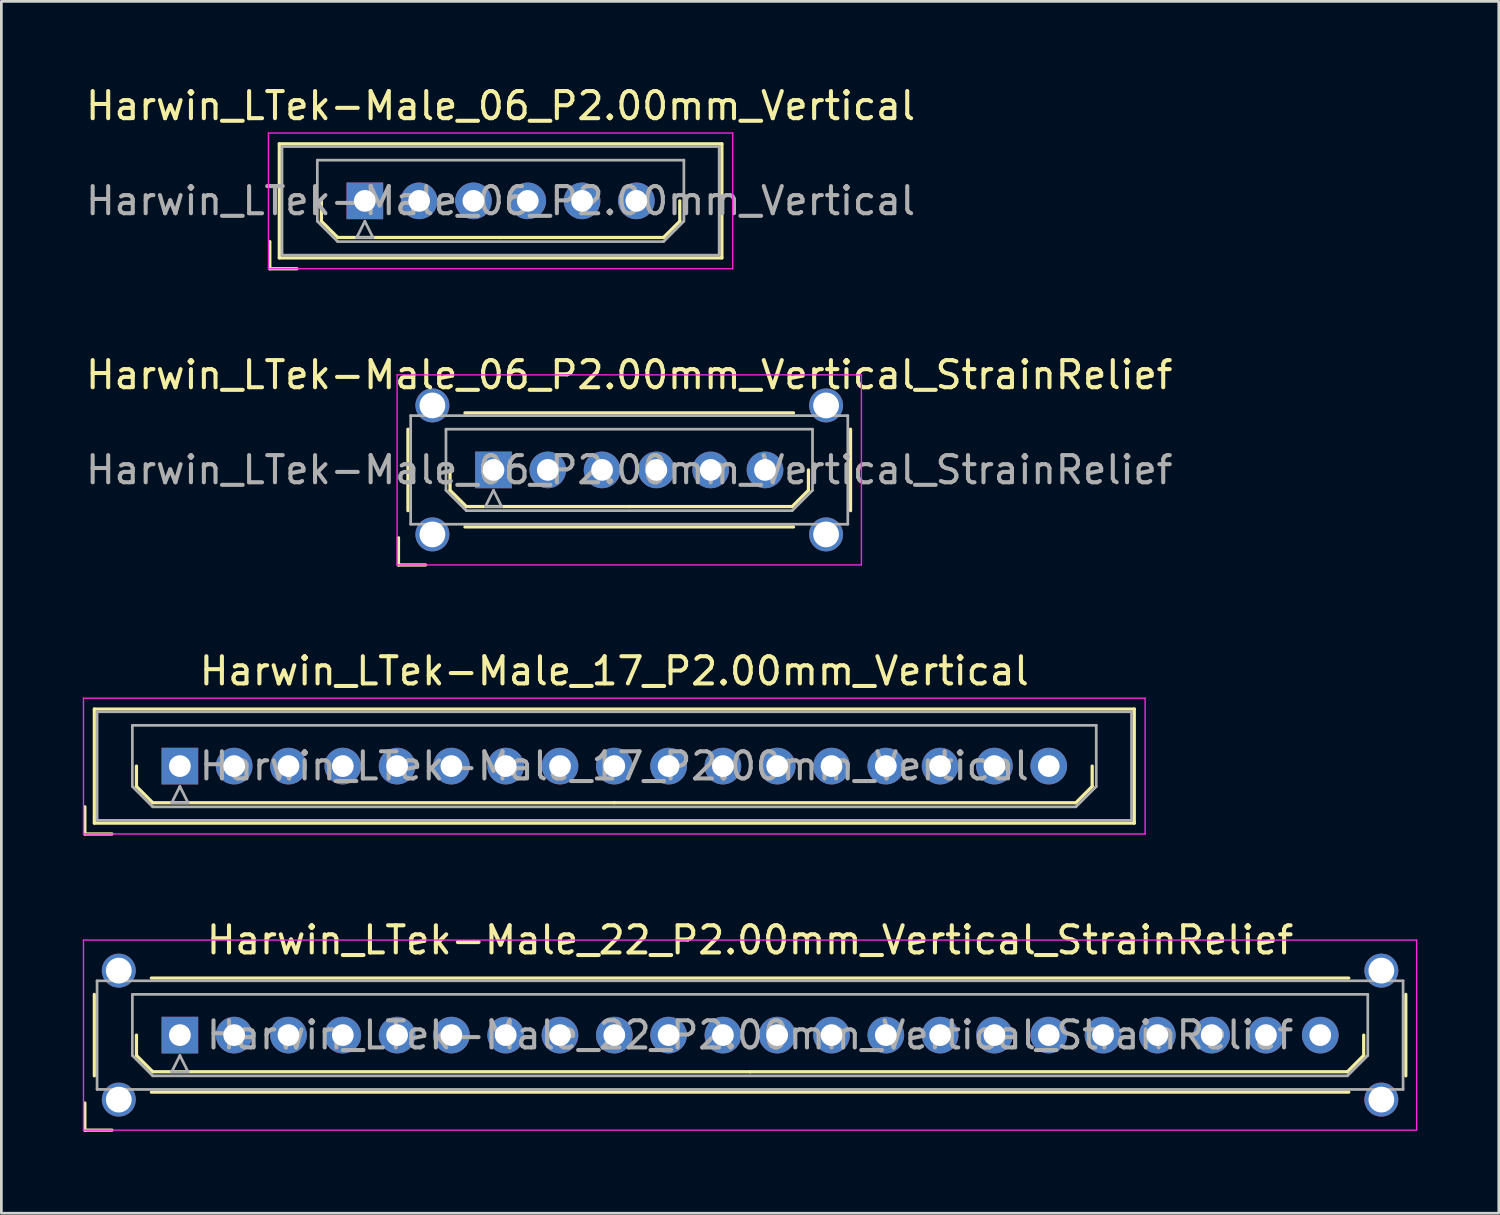
<source format=kicad_pcb>
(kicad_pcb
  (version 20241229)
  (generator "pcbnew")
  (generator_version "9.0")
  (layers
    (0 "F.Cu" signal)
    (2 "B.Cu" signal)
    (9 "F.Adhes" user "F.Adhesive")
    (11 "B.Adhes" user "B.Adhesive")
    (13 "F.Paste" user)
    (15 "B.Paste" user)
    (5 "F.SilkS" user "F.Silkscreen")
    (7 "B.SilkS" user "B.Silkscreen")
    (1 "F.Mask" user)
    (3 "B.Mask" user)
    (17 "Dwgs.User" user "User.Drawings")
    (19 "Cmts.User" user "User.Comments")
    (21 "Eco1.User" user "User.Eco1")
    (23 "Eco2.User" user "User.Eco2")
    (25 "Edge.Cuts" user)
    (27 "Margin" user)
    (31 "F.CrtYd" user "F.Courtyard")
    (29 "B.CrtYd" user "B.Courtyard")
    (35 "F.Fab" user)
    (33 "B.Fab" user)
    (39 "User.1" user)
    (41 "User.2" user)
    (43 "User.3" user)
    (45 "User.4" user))
  (footprint "Harwin_LTek-Male_22_P2.00mm_Vertical_StrainRelief"
    (layer "F.Cu")
    (at 3.575 35.073)
    (property "Reference" "Harwin_LTek-Male_22_P2.00mm_Vertical_StrainRelief" (at 21 -3.5 0) (layer "F.SilkS") (effects (font (size 1 1) (thickness 0.15))))
    (attr through_hole)
    (fp_line (start -3.5 2.5) (end -3.5 3.5) (stroke (width 0.12) (type solid)) (layer "F.SilkS"))
    (fp_line (start -3.5 3.5) (end -2.5 3.5) (stroke (width 0.12) (type solid)) (layer "F.SilkS"))
    (fp_line (start -3.15 -1.5) (end -3.15 1.5) (stroke (width 0.12) (type solid)) (layer "F.SilkS"))
    (fp_line (start -1.6 0) (end -1.6 0.75) (stroke (width 0.12) (type solid)) (layer "F.SilkS"))
    (fp_line (start -1.6 0.75) (end -1 1.35) (stroke (width 0.12) (type solid)) (layer "F.SilkS"))
    (fp_line (start -1.05 -2.1) (end 43.05 -2.1) (stroke (width 0.12) (type solid)) (layer "F.SilkS"))
    (fp_line (start -1.05 2.1) (end 43.05 2.1) (stroke (width 0.12) (type solid)) (layer "F.SilkS"))
    (fp_line (start -1 1.35) (end 21 1.35) (stroke (width 0.12) (type solid)) (layer "F.SilkS"))
    (fp_line (start 43 1.35) (end 21 1.35) (stroke (width 0.12) (type solid)) (layer "F.SilkS"))
    (fp_line (start 43.6 0) (end 43.6 0.75) (stroke (width 0.12) (type solid)) (layer "F.SilkS"))
    (fp_line (start 43.6 0.75) (end 43 1.35) (stroke (width 0.12) (type solid)) (layer "F.SilkS"))
    (fp_line (start 45.15 -1.5) (end 45.15 1.5) (stroke (width 0.12) (type solid)) (layer "F.SilkS"))
    (fp_line (start -3.55 -3.5) (end -3.55 3.5) (stroke (width 0.05) (type solid)) (layer "F.CrtYd"))
    (fp_line (start -3.55 3.5) (end 45.55 3.5) (stroke (width 0.05) (type solid)) (layer "F.CrtYd"))
    (fp_line (start 45.55 -3.5) (end -3.55 -3.5) (stroke (width 0.05) (type solid)) (layer "F.CrtYd"))
    (fp_line (start 45.55 3.5) (end 45.55 -3.5) (stroke (width 0.05) (type solid)) (layer "F.CrtYd"))
    (fp_line (start -3.05 -2) (end -3.05 2) (stroke (width 0.1) (type solid)) (layer "F.Fab"))
    (fp_line (start -3.05 2) (end 45.05 2) (stroke (width 0.1) (type solid)) (layer "F.Fab"))
    (fp_line (start -1.75 -1.5) (end 43.75 -1.5) (stroke (width 0.1) (type solid)) (layer "F.Fab"))
    (fp_line (start -1.75 0.75) (end -1.75 -1.5) (stroke (width 0.1) (type solid)) (layer "F.Fab"))
    (fp_line (start -1 1.5) (end -1.75 0.75) (stroke (width 0.1) (type solid)) (layer "F.Fab"))
    (fp_line (start -0.3 1.35) (end 0.3 1.35) (stroke (width 0.1) (type solid)) (layer "F.Fab"))
    (fp_line (start 0 0.75) (end -0.3 1.35) (stroke (width 0.1) (type solid)) (layer "F.Fab"))
    (fp_line (start 0.3 1.35) (end 0 0.75) (stroke (width 0.1) (type solid)) (layer "F.Fab"))
    (fp_line (start 43 1.5) (end -1 1.5) (stroke (width 0.1) (type solid)) (layer "F.Fab"))
    (fp_line (start 43.75 -1.5) (end 43.75 0.75) (stroke (width 0.1) (type solid)) (layer "F.Fab"))
    (fp_line (start 43.75 0.75) (end 43 1.5) (stroke (width 0.1) (type solid)) (layer "F.Fab"))
    (fp_line (start 45.05 -2) (end -3.05 -2) (stroke (width 0.1) (type solid)) (layer "F.Fab"))
    (fp_line (start 45.05 2) (end 45.05 -2) (stroke (width 0.1) (type solid)) (layer "F.Fab"))
    (fp_text user "${REFERENCE}" (at 21 0 0) (layer "F.Fab") (effects (font (size 1 1) (thickness 0.15))))
    (pad "" thru_hole circle (at -2.25 -2.375) (size 1.25 1.25) (drill 0.95) (layers "*.Cu" "*.Mask"))
    (pad "" thru_hole circle (at -2.25 2.375) (size 1.25 1.25) (drill 0.95) (layers "*.Cu" "*.Mask"))
    (pad "" thru_hole circle (at 44.25 -2.375) (size 1.25 1.25) (drill 0.95) (layers "*.Cu" "*.Mask"))
    (pad "" thru_hole circle (at 44.25 2.375) (size 1.25 1.25) (drill 0.95) (layers "*.Cu" "*.Mask"))
    (pad "1" thru_hole rect (at 0 0) (size 1.35 1.35) (drill 0.8) (layers "*.Cu" "*.Mask"))
    (pad "2" thru_hole circle (at 2 0) (size 1.35 1.35) (drill 0.8) (layers "*.Cu" "*.Mask"))
    (pad "3" thru_hole circle (at 4 0) (size 1.35 1.35) (drill 0.8) (layers "*.Cu" "*.Mask"))
    (pad "4" thru_hole circle (at 6 0) (size 1.35 1.35) (drill 0.8) (layers "*.Cu" "*.Mask"))
    (pad "5" thru_hole circle (at 8 0) (size 1.35 1.35) (drill 0.8) (layers "*.Cu" "*.Mask"))
    (pad "6" thru_hole circle (at 10 0) (size 1.35 1.35) (drill 0.8) (layers "*.Cu" "*.Mask"))
    (pad "7" thru_hole circle (at 12 0) (size 1.35 1.35) (drill 0.8) (layers "*.Cu" "*.Mask"))
    (pad "8" thru_hole circle (at 14 0) (size 1.35 1.35) (drill 0.8) (layers "*.Cu" "*.Mask"))
    (pad "9" thru_hole circle (at 16 0) (size 1.35 1.35) (drill 0.8) (layers "*.Cu" "*.Mask"))
    (pad "10" thru_hole circle (at 18 0) (size 1.35 1.35) (drill 0.8) (layers "*.Cu" "*.Mask"))
    (pad "11" thru_hole circle (at 20 0) (size 1.35 1.35) (drill 0.8) (layers "*.Cu" "*.Mask"))
    (pad "12" thru_hole circle (at 22 0) (size 1.35 1.35) (drill 0.8) (layers "*.Cu" "*.Mask"))
    (pad "13" thru_hole circle (at 24 0) (size 1.35 1.35) (drill 0.8) (layers "*.Cu" "*.Mask"))
    (pad "14" thru_hole circle (at 26 0) (size 1.35 1.35) (drill 0.8) (layers "*.Cu" "*.Mask"))
    (pad "15" thru_hole circle (at 28 0) (size 1.35 1.35) (drill 0.8) (layers "*.Cu" "*.Mask"))
    (pad "16" thru_hole circle (at 30 0) (size 1.35 1.35) (drill 0.8) (layers "*.Cu" "*.Mask"))
    (pad "17" thru_hole circle (at 32 0) (size 1.35 1.35) (drill 0.8) (layers "*.Cu" "*.Mask"))
    (pad "18" thru_hole circle (at 34 0) (size 1.35 1.35) (drill 0.8) (layers "*.Cu" "*.Mask"))
    (pad "19" thru_hole circle (at 36 0) (size 1.35 1.35) (drill 0.8) (layers "*.Cu" "*.Mask"))
    (pad "20" thru_hole circle (at 38 0) (size 1.35 1.35) (drill 0.8) (layers "*.Cu" "*.Mask"))
    (pad "21" thru_hole circle (at 40 0) (size 1.35 1.35) (drill 0.8) (layers "*.Cu" "*.Mask"))
    (pad "22" thru_hole circle (at 42 0) (size 1.35 1.35) (drill 0.8) (layers "*.Cu" "*.Mask")))
  (footprint "Harwin_LTek-Male_06_P2.00mm_Vertical_StrainRelief"
    (layer "F.Cu")
    (at 15.125 14.257)
    (property "Reference" "Harwin_LTek-Male_06_P2.00mm_Vertical_StrainRelief" (at 5 -3.5 0) (layer "F.SilkS") (effects (font (size 1 1) (thickness 0.15))))
    (attr through_hole)
    (fp_line (start -3.5 2.5) (end -3.5 3.5) (stroke (width 0.12) (type solid)) (layer "F.SilkS"))
    (fp_line (start -3.5 3.5) (end -2.5 3.5) (stroke (width 0.12) (type solid)) (layer "F.SilkS"))
    (fp_line (start -3.15 -1.5) (end -3.15 1.5) (stroke (width 0.12) (type solid)) (layer "F.SilkS"))
    (fp_line (start -1.6 0) (end -1.6 0.75) (stroke (width 0.12) (type solid)) (layer "F.SilkS"))
    (fp_line (start -1.6 0.75) (end -1 1.35) (stroke (width 0.12) (type solid)) (layer "F.SilkS"))
    (fp_line (start -1.05 -2.1) (end 11.05 -2.1) (stroke (width 0.12) (type solid)) (layer "F.SilkS"))
    (fp_line (start -1.05 2.1) (end 11.05 2.1) (stroke (width 0.12) (type solid)) (layer "F.SilkS"))
    (fp_line (start -1 1.35) (end 5 1.35) (stroke (width 0.12) (type solid)) (layer "F.SilkS"))
    (fp_line (start 11 1.35) (end 5 1.35) (stroke (width 0.12) (type solid)) (layer "F.SilkS"))
    (fp_line (start 11.6 0) (end 11.6 0.75) (stroke (width 0.12) (type solid)) (layer "F.SilkS"))
    (fp_line (start 11.6 0.75) (end 11 1.35) (stroke (width 0.12) (type solid)) (layer "F.SilkS"))
    (fp_line (start 13.15 -1.5) (end 13.15 1.5) (stroke (width 0.12) (type solid)) (layer "F.SilkS"))
    (fp_line (start -3.55 -3.5) (end -3.55 3.5) (stroke (width 0.05) (type solid)) (layer "F.CrtYd"))
    (fp_line (start -3.55 3.5) (end 13.55 3.5) (stroke (width 0.05) (type solid)) (layer "F.CrtYd"))
    (fp_line (start 13.55 -3.5) (end -3.55 -3.5) (stroke (width 0.05) (type solid)) (layer "F.CrtYd"))
    (fp_line (start 13.55 3.5) (end 13.55 -3.5) (stroke (width 0.05) (type solid)) (layer "F.CrtYd"))
    (fp_line (start -3.05 -2) (end -3.05 2) (stroke (width 0.1) (type solid)) (layer "F.Fab"))
    (fp_line (start -3.05 2) (end 13.05 2) (stroke (width 0.1) (type solid)) (layer "F.Fab"))
    (fp_line (start -1.75 -1.5) (end 11.75 -1.5) (stroke (width 0.1) (type solid)) (layer "F.Fab"))
    (fp_line (start -1.75 0.75) (end -1.75 -1.5) (stroke (width 0.1) (type solid)) (layer "F.Fab"))
    (fp_line (start -1 1.5) (end -1.75 0.75) (stroke (width 0.1) (type solid)) (layer "F.Fab"))
    (fp_line (start -0.3 1.35) (end 0.3 1.35) (stroke (width 0.1) (type solid)) (layer "F.Fab"))
    (fp_line (start 0 0.75) (end -0.3 1.35) (stroke (width 0.1) (type solid)) (layer "F.Fab"))
    (fp_line (start 0.3 1.35) (end 0 0.75) (stroke (width 0.1) (type solid)) (layer "F.Fab"))
    (fp_line (start 11 1.5) (end -1 1.5) (stroke (width 0.1) (type solid)) (layer "F.Fab"))
    (fp_line (start 11.75 -1.5) (end 11.75 0.75) (stroke (width 0.1) (type solid)) (layer "F.Fab"))
    (fp_line (start 11.75 0.75) (end 11 1.5) (stroke (width 0.1) (type solid)) (layer "F.Fab"))
    (fp_line (start 13.05 -2) (end -3.05 -2) (stroke (width 0.1) (type solid)) (layer "F.Fab"))
    (fp_line (start 13.05 2) (end 13.05 -2) (stroke (width 0.1) (type solid)) (layer "F.Fab"))
    (fp_text user "${REFERENCE}" (at 5 0 0) (layer "F.Fab") (effects (font (size 1 1) (thickness 0.15))))
    (pad "" thru_hole circle (at -2.25 -2.375) (size 1.25 1.25) (drill 0.95) (layers "*.Cu" "*.Mask"))
    (pad "" thru_hole circle (at -2.25 2.375) (size 1.25 1.25) (drill 0.95) (layers "*.Cu" "*.Mask"))
    (pad "" thru_hole circle (at 12.25 -2.375) (size 1.25 1.25) (drill 0.95) (layers "*.Cu" "*.Mask"))
    (pad "" thru_hole circle (at 12.25 2.375) (size 1.25 1.25) (drill 0.95) (layers "*.Cu" "*.Mask"))
    (pad "1" thru_hole rect (at 0 0) (size 1.35 1.35) (drill 0.8) (layers "*.Cu" "*.Mask"))
    (pad "2" thru_hole circle (at 2 0) (size 1.35 1.35) (drill 0.8) (layers "*.Cu" "*.Mask"))
    (pad "3" thru_hole circle (at 4 0) (size 1.35 1.35) (drill 0.8) (layers "*.Cu" "*.Mask"))
    (pad "4" thru_hole circle (at 6 0) (size 1.35 1.35) (drill 0.8) (layers "*.Cu" "*.Mask"))
    (pad "5" thru_hole circle (at 8 0) (size 1.35 1.35) (drill 0.8) (layers "*.Cu" "*.Mask"))
    (pad "6" thru_hole circle (at 10 0) (size 1.35 1.35) (drill 0.8) (layers "*.Cu" "*.Mask")))
  (footprint "Harwin_LTek-Male_06_P2.00mm_Vertical"
    (layer "F.Cu")
    (at 10.387 4.348)
    (property "Reference" "Harwin_LTek-Male_06_P2.00mm_Vertical" (at 5 -3.5 0) (layer "F.SilkS") (effects (font (size 1 1) (thickness 0.15))))
    (attr through_hole)
    (fp_line (start -3.5 1.5) (end -3.5 2.5) (stroke (width 0.12) (type solid)) (layer "F.SilkS"))
    (fp_line (start -3.5 2.5) (end -2.5 2.5) (stroke (width 0.12) (type solid)) (layer "F.SilkS"))
    (fp_line (start -3.15 -2.1) (end -3.15 2.1) (stroke (width 0.12) (type solid)) (layer "F.SilkS"))
    (fp_line (start -3.15 2.1) (end 13.15 2.1) (stroke (width 0.12) (type solid)) (layer "F.SilkS"))
    (fp_line (start -1.6 0) (end -1.6 0.75) (stroke (width 0.12) (type solid)) (layer "F.SilkS"))
    (fp_line (start -1.6 0.75) (end -1 1.35) (stroke (width 0.12) (type solid)) (layer "F.SilkS"))
    (fp_line (start -1 1.35) (end 5 1.35) (stroke (width 0.12) (type solid)) (layer "F.SilkS"))
    (fp_line (start 11 1.35) (end 5 1.35) (stroke (width 0.12) (type solid)) (layer "F.SilkS"))
    (fp_line (start 11.6 0) (end 11.6 0.75) (stroke (width 0.12) (type solid)) (layer "F.SilkS"))
    (fp_line (start 11.6 0.75) (end 11 1.35) (stroke (width 0.12) (type solid)) (layer "F.SilkS"))
    (fp_line (start 13.15 -2.1) (end -3.15 -2.1) (stroke (width 0.12) (type solid)) (layer "F.SilkS"))
    (fp_line (start 13.15 2.1) (end 13.15 -2.1) (stroke (width 0.12) (type solid)) (layer "F.SilkS"))
    (fp_line (start -3.55 -2.5) (end -3.55 2.5) (stroke (width 0.05) (type solid)) (layer "F.CrtYd"))
    (fp_line (start -3.55 2.5) (end 13.55 2.5) (stroke (width 0.05) (type solid)) (layer "F.CrtYd"))
    (fp_line (start 13.55 -2.5) (end -3.55 -2.5) (stroke (width 0.05) (type solid)) (layer "F.CrtYd"))
    (fp_line (start 13.55 2.5) (end 13.55 -2.5) (stroke (width 0.05) (type solid)) (layer "F.CrtYd"))
    (fp_line (start -3.05 -2) (end -3.05 2) (stroke (width 0.1) (type solid)) (layer "F.Fab"))
    (fp_line (start -3.05 2) (end 13.05 2) (stroke (width 0.1) (type solid)) (layer "F.Fab"))
    (fp_line (start -1.75 -1.5) (end 11.75 -1.5) (stroke (width 0.1) (type solid)) (layer "F.Fab"))
    (fp_line (start -1.75 0.75) (end -1.75 -1.5) (stroke (width 0.1) (type solid)) (layer "F.Fab"))
    (fp_line (start -1 1.5) (end -1.75 0.75) (stroke (width 0.1) (type solid)) (layer "F.Fab"))
    (fp_line (start -0.3 1.35) (end 0.3 1.35) (stroke (width 0.1) (type solid)) (layer "F.Fab"))
    (fp_line (start 0 0.75) (end -0.3 1.35) (stroke (width 0.1) (type solid)) (layer "F.Fab"))
    (fp_line (start 0.3 1.35) (end 0 0.75) (stroke (width 0.1) (type solid)) (layer "F.Fab"))
    (fp_line (start 11 1.5) (end -1 1.5) (stroke (width 0.1) (type solid)) (layer "F.Fab"))
    (fp_line (start 11.75 -1.5) (end 11.75 0.75) (stroke (width 0.1) (type solid)) (layer "F.Fab"))
    (fp_line (start 11.75 0.75) (end 11 1.5) (stroke (width 0.1) (type solid)) (layer "F.Fab"))
    (fp_line (start 13.05 -2) (end -3.05 -2) (stroke (width 0.1) (type solid)) (layer "F.Fab"))
    (fp_line (start 13.05 2) (end 13.05 -2) (stroke (width 0.1) (type solid)) (layer "F.Fab"))
    (fp_text user "${REFERENCE}" (at 5 0 0) (layer "F.Fab") (effects (font (size 1 1) (thickness 0.15))))
    (pad "1" thru_hole rect (at 0 0) (size 1.35 1.35) (drill 0.8) (layers "*.Cu" "*.Mask"))
    (pad "2" thru_hole circle (at 2 0) (size 1.35 1.35) (drill 0.8) (layers "*.Cu" "*.Mask"))
    (pad "3" thru_hole circle (at 4 0) (size 1.35 1.35) (drill 0.8) (layers "*.Cu" "*.Mask"))
    (pad "4" thru_hole circle (at 6 0) (size 1.35 1.35) (drill 0.8) (layers "*.Cu" "*.Mask"))
    (pad "5" thru_hole circle (at 8 0) (size 1.35 1.35) (drill 0.8) (layers "*.Cu" "*.Mask"))
    (pad "6" thru_hole circle (at 10 0) (size 1.35 1.35) (drill 0.8) (layers "*.Cu" "*.Mask")))
  (footprint "Harwin_LTek-Male_17_P2.00mm_Vertical"
    (layer "F.Cu")
    (at 3.575 25.165)
    (property "Reference" "Harwin_LTek-Male_17_P2.00mm_Vertical" (at 16 -3.5 0) (layer "F.SilkS") (effects (font (size 1 1) (thickness 0.15))))
    (attr through_hole)
    (fp_line (start -3.5 1.5) (end -3.5 2.5) (stroke (width 0.12) (type solid)) (layer "F.SilkS"))
    (fp_line (start -3.5 2.5) (end -2.5 2.5) (stroke (width 0.12) (type solid)) (layer "F.SilkS"))
    (fp_line (start -3.15 -2.1) (end -3.15 2.1) (stroke (width 0.12) (type solid)) (layer "F.SilkS"))
    (fp_line (start -3.15 2.1) (end 35.15 2.1) (stroke (width 0.12) (type solid)) (layer "F.SilkS"))
    (fp_line (start -1.6 0) (end -1.6 0.75) (stroke (width 0.12) (type solid)) (layer "F.SilkS"))
    (fp_line (start -1.6 0.75) (end -1 1.35) (stroke (width 0.12) (type solid)) (layer "F.SilkS"))
    (fp_line (start -1 1.35) (end 16 1.35) (stroke (width 0.12) (type solid)) (layer "F.SilkS"))
    (fp_line (start 33 1.35) (end 16 1.35) (stroke (width 0.12) (type solid)) (layer "F.SilkS"))
    (fp_line (start 33.6 0) (end 33.6 0.75) (stroke (width 0.12) (type solid)) (layer "F.SilkS"))
    (fp_line (start 33.6 0.75) (end 33 1.35) (stroke (width 0.12) (type solid)) (layer "F.SilkS"))
    (fp_line (start 35.15 -2.1) (end -3.15 -2.1) (stroke (width 0.12) (type solid)) (layer "F.SilkS"))
    (fp_line (start 35.15 2.1) (end 35.15 -2.1) (stroke (width 0.12) (type solid)) (layer "F.SilkS"))
    (fp_line (start -3.55 -2.5) (end -3.55 2.5) (stroke (width 0.05) (type solid)) (layer "F.CrtYd"))
    (fp_line (start -3.55 2.5) (end 35.55 2.5) (stroke (width 0.05) (type solid)) (layer "F.CrtYd"))
    (fp_line (start 35.55 -2.5) (end -3.55 -2.5) (stroke (width 0.05) (type solid)) (layer "F.CrtYd"))
    (fp_line (start 35.55 2.5) (end 35.55 -2.5) (stroke (width 0.05) (type solid)) (layer "F.CrtYd"))
    (fp_line (start -3.05 -2) (end -3.05 2) (stroke (width 0.1) (type solid)) (layer "F.Fab"))
    (fp_line (start -3.05 2) (end 35.05 2) (stroke (width 0.1) (type solid)) (layer "F.Fab"))
    (fp_line (start -1.75 -1.5) (end 33.75 -1.5) (stroke (width 0.1) (type solid)) (layer "F.Fab"))
    (fp_line (start -1.75 0.75) (end -1.75 -1.5) (stroke (width 0.1) (type solid)) (layer "F.Fab"))
    (fp_line (start -1 1.5) (end -1.75 0.75) (stroke (width 0.1) (type solid)) (layer "F.Fab"))
    (fp_line (start -0.3 1.35) (end 0.3 1.35) (stroke (width 0.1) (type solid)) (layer "F.Fab"))
    (fp_line (start 0 0.75) (end -0.3 1.35) (stroke (width 0.1) (type solid)) (layer "F.Fab"))
    (fp_line (start 0.3 1.35) (end 0 0.75) (stroke (width 0.1) (type solid)) (layer "F.Fab"))
    (fp_line (start 33 1.5) (end -1 1.5) (stroke (width 0.1) (type solid)) (layer "F.Fab"))
    (fp_line (start 33.75 -1.5) (end 33.75 0.75) (stroke (width 0.1) (type solid)) (layer "F.Fab"))
    (fp_line (start 33.75 0.75) (end 33 1.5) (stroke (width 0.1) (type solid)) (layer "F.Fab"))
    (fp_line (start 35.05 -2) (end -3.05 -2) (stroke (width 0.1) (type solid)) (layer "F.Fab"))
    (fp_line (start 35.05 2) (end 35.05 -2) (stroke (width 0.1) (type solid)) (layer "F.Fab"))
    (fp_text user "${REFERENCE}" (at 16 0 0) (layer "F.Fab") (effects (font (size 1 1) (thickness 0.15))))
    (pad "1" thru_hole rect (at 0 0) (size 1.35 1.35) (drill 0.8) (layers "*.Cu" "*.Mask"))
    (pad "2" thru_hole circle (at 2 0) (size 1.35 1.35) (drill 0.8) (layers "*.Cu" "*.Mask"))
    (pad "3" thru_hole circle (at 4 0) (size 1.35 1.35) (drill 0.8) (layers "*.Cu" "*.Mask"))
    (pad "4" thru_hole circle (at 6 0) (size 1.35 1.35) (drill 0.8) (layers "*.Cu" "*.Mask"))
    (pad "5" thru_hole circle (at 8 0) (size 1.35 1.35) (drill 0.8) (layers "*.Cu" "*.Mask"))
    (pad "6" thru_hole circle (at 10 0) (size 1.35 1.35) (drill 0.8) (layers "*.Cu" "*.Mask"))
    (pad "7" thru_hole circle (at 12 0) (size 1.35 1.35) (drill 0.8) (layers "*.Cu" "*.Mask"))
    (pad "8" thru_hole circle (at 14 0) (size 1.35 1.35) (drill 0.8) (layers "*.Cu" "*.Mask"))
    (pad "9" thru_hole circle (at 16 0) (size 1.35 1.35) (drill 0.8) (layers "*.Cu" "*.Mask"))
    (pad "10" thru_hole circle (at 18 0) (size 1.35 1.35) (drill 0.8) (layers "*.Cu" "*.Mask"))
    (pad "11" thru_hole circle (at 20 0) (size 1.35 1.35) (drill 0.8) (layers "*.Cu" "*.Mask"))
    (pad "12" thru_hole circle (at 22 0) (size 1.35 1.35) (drill 0.8) (layers "*.Cu" "*.Mask"))
    (pad "13" thru_hole circle (at 24 0) (size 1.35 1.35) (drill 0.8) (layers "*.Cu" "*.Mask"))
    (pad "14" thru_hole circle (at 26 0) (size 1.35 1.35) (drill 0.8) (layers "*.Cu" "*.Mask"))
    (pad "15" thru_hole circle (at 28 0) (size 1.35 1.35) (drill 0.8) (layers "*.Cu" "*.Mask"))
    (pad "16" thru_hole circle (at 30 0) (size 1.35 1.35) (drill 0.8) (layers "*.Cu" "*.Mask"))
    (pad "17" thru_hole circle (at 32 0) (size 1.35 1.35) (drill 0.8) (layers "*.Cu" "*.Mask")))
  (gr_rect
    (start -3 -3)
    (end 52.15 41.633)
    (stroke (width 0.1) (type default))
    (fill no)
    (layer "Edge.Cuts")))
</source>
